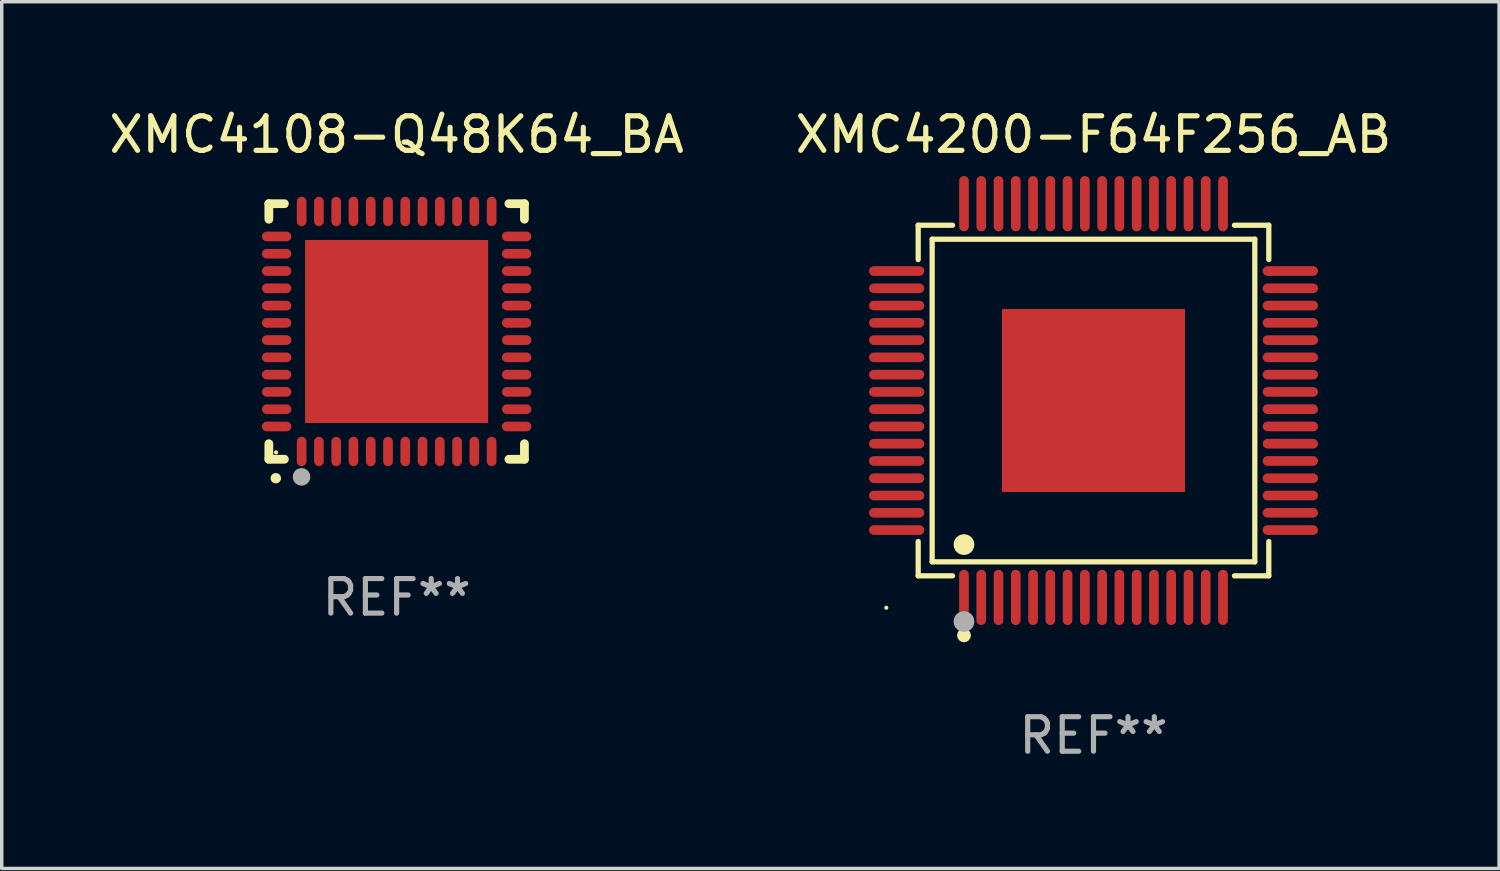
<source format=kicad_pcb>
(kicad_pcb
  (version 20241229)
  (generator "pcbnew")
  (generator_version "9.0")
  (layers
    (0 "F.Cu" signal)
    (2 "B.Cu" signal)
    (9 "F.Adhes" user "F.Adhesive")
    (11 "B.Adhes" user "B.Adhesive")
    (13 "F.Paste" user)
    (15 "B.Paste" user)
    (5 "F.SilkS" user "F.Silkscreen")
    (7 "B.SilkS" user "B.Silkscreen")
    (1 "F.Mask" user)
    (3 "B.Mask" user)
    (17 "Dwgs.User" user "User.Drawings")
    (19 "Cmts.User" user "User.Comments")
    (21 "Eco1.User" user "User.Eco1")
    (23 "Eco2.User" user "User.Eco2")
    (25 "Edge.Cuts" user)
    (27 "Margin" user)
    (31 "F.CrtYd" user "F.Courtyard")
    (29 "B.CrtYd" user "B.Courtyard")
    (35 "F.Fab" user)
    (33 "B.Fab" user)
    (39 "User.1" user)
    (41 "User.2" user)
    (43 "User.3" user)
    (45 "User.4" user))
  (footprint "XMC4108-Q48K64_BA"
    (layer "F.Cu")
    (at 8.435 6.548)
    (property "Reference" "XMC4108-Q48K64_BA" (at 0 -5.7 0) (layer "F.SilkS") (effects (font (size 1 1) (thickness 0.15))))
    (attr through_hole)
    (fp_line (start -3.7 -3.7) (end -3.25 -3.7) (stroke (width 0.254) (type solid)) (layer "F.SilkS"))
    (fp_line (start -3.7 -3.25) (end -3.7 -3.7) (stroke (width 0.254) (type solid)) (layer "F.SilkS"))
    (fp_line (start -3.7 3.7) (end -3.7 3.25) (stroke (width 0.254) (type solid)) (layer "F.SilkS"))
    (fp_line (start -3.25 3.7) (end -3.7 3.7) (stroke (width 0.254) (type solid)) (layer "F.SilkS"))
    (fp_line (start 3.25 3.7) (end 3.7 3.7) (stroke (width 0.254) (type solid)) (layer "F.SilkS"))
    (fp_line (start 3.7 -3.7) (end 3.25 -3.7) (stroke (width 0.254) (type solid)) (layer "F.SilkS"))
    (fp_line (start 3.7 -3.25) (end 3.7 -3.7) (stroke (width 0.254) (type solid)) (layer "F.SilkS"))
    (fp_line (start 3.7 3.7) (end 3.7 3.25) (stroke (width 0.254) (type solid)) (layer "F.SilkS"))
    (fp_arc (start -3.500127 4.249428) (mid -3.498857 4.249423) (end -3.497587 4.249428) (stroke (width 0.3) (type solid)) (layer "F.SilkS"))
    (fp_circle (center -3.491 3.501) (end -3.461 3.501) (stroke (width 0.06) (type solid)) (fill no) (layer "F.SilkS"))
    (fp_circle (center -2.754 4.21) (end -2.627 4.21) (stroke (width 0.254) (type solid)) (fill no) (layer "F.Fab"))
    (fp_text user "REF**" (at 0 7.7 0) (layer "F.Fab") (effects (font (size 1 1) (thickness 0.15))))
    (pad "1" smd oval (at -2.751 3.475) (size 0.28 0.85) (layers "F.Cu" "F.Mask" "F.Paste"))
    (pad "2" smd oval (at -2.251 3.475) (size 0.28 0.85) (layers "F.Cu" "F.Mask" "F.Paste"))
    (pad "3" smd oval (at -1.75 3.475) (size 0.28 0.85) (layers "F.Cu" "F.Mask" "F.Paste"))
    (pad "4" smd oval (at -1.25 3.475) (size 0.28 0.85) (layers "F.Cu" "F.Mask" "F.Paste"))
    (pad "5" smd oval (at -0.749 3.475) (size 0.28 0.85) (layers "F.Cu" "F.Mask" "F.Paste"))
    (pad "6" smd oval (at -0.249 3.475) (size 0.28 0.85) (layers "F.Cu" "F.Mask" "F.Paste"))
    (pad "7" smd oval (at 0.249 3.475) (size 0.28 0.85) (layers "F.Cu" "F.Mask" "F.Paste"))
    (pad "8" smd oval (at 0.749 3.475) (size 0.28 0.85) (layers "F.Cu" "F.Mask" "F.Paste"))
    (pad "9" smd oval (at 1.25 3.475) (size 0.28 0.85) (layers "F.Cu" "F.Mask" "F.Paste"))
    (pad "10" smd oval (at 1.75 3.475) (size 0.28 0.85) (layers "F.Cu" "F.Mask" "F.Paste"))
    (pad "11" smd oval (at 2.25 3.475) (size 0.28 0.85) (layers "F.Cu" "F.Mask" "F.Paste"))
    (pad "12" smd oval (at 2.751 3.475) (size 0.28 0.85) (layers "F.Cu" "F.Mask" "F.Paste"))
    (pad "13" smd oval (at 3.475 2.751) (size 0.85 0.28) (layers "F.Cu" "F.Mask" "F.Paste"))
    (pad "14" smd oval (at 3.475 2.251) (size 0.85 0.28) (layers "F.Cu" "F.Mask" "F.Paste"))
    (pad "15" smd oval (at 3.475 1.75) (size 0.85 0.28) (layers "F.Cu" "F.Mask" "F.Paste"))
    (pad "16" smd oval (at 3.475 1.25) (size 0.85 0.28) (layers "F.Cu" "F.Mask" "F.Paste"))
    (pad "17" smd oval (at 3.475 0.749) (size 0.85 0.28) (layers "F.Cu" "F.Mask" "F.Paste"))
    (pad "18" smd oval (at 3.475 0.249) (size 0.85 0.28) (layers "F.Cu" "F.Mask" "F.Paste"))
    (pad "19" smd oval (at 3.475 -0.249) (size 0.85 0.28) (layers "F.Cu" "F.Mask" "F.Paste"))
    (pad "20" smd oval (at 3.475 -0.749) (size 0.85 0.28) (layers "F.Cu" "F.Mask" "F.Paste"))
    (pad "21" smd oval (at 3.475 -1.25) (size 0.85 0.28) (layers "F.Cu" "F.Mask" "F.Paste"))
    (pad "22" smd oval (at 3.475 -1.75) (size 0.85 0.28) (layers "F.Cu" "F.Mask" "F.Paste"))
    (pad "23" smd oval (at 3.475 -2.25) (size 0.85 0.28) (layers "F.Cu" "F.Mask" "F.Paste"))
    (pad "24" smd oval (at 3.475 -2.751) (size 0.85 0.28) (layers "F.Cu" "F.Mask" "F.Paste"))
    (pad "25" smd oval (at 2.751 -3.475) (size 0.28 0.85) (layers "F.Cu" "F.Mask" "F.Paste"))
    (pad "26" smd oval (at 2.25 -3.475) (size 0.28 0.85) (layers "F.Cu" "F.Mask" "F.Paste"))
    (pad "27" smd oval (at 1.75 -3.475) (size 0.28 0.85) (layers "F.Cu" "F.Mask" "F.Paste"))
    (pad "28" smd oval (at 1.25 -3.475) (size 0.28 0.85) (layers "F.Cu" "F.Mask" "F.Paste"))
    (pad "29" smd oval (at 0.749 -3.475) (size 0.28 0.85) (layers "F.Cu" "F.Mask" "F.Paste"))
    (pad "30" smd oval (at 0.249 -3.475) (size 0.28 0.85) (layers "F.Cu" "F.Mask" "F.Paste"))
    (pad "31" smd oval (at -0.249 -3.475) (size 0.28 0.85) (layers "F.Cu" "F.Mask" "F.Paste"))
    (pad "32" smd oval (at -0.749 -3.475) (size 0.28 0.85) (layers "F.Cu" "F.Mask" "F.Paste"))
    (pad "33" smd oval (at -1.25 -3.475) (size 0.28 0.85) (layers "F.Cu" "F.Mask" "F.Paste"))
    (pad "34" smd oval (at -1.75 -3.475) (size 0.28 0.85) (layers "F.Cu" "F.Mask" "F.Paste"))
    (pad "35" smd oval (at -2.251 -3.475) (size 0.28 0.85) (layers "F.Cu" "F.Mask" "F.Paste"))
    (pad "36" smd oval (at -2.751 -3.475) (size 0.28 0.85) (layers "F.Cu" "F.Mask" "F.Paste"))
    (pad "37" smd oval (at -3.475 -2.751) (size 0.85 0.28) (layers "F.Cu" "F.Mask" "F.Paste"))
    (pad "38" smd oval (at -3.475 -2.25) (size 0.85 0.28) (layers "F.Cu" "F.Mask" "F.Paste"))
    (pad "39" smd oval (at -3.475 -1.75) (size 0.85 0.28) (layers "F.Cu" "F.Mask" "F.Paste"))
    (pad "40" smd oval (at -3.475 -1.25) (size 0.85 0.28) (layers "F.Cu" "F.Mask" "F.Paste"))
    (pad "41" smd oval (at -3.475 -0.749) (size 0.85 0.28) (layers "F.Cu" "F.Mask" "F.Paste"))
    (pad "42" smd oval (at -3.475 -0.249) (size 0.85 0.28) (layers "F.Cu" "F.Mask" "F.Paste"))
    (pad "43" smd oval (at -3.475 0.249) (size 0.85 0.28) (layers "F.Cu" "F.Mask" "F.Paste"))
    (pad "44" smd oval (at -3.475 0.749) (size 0.85 0.28) (layers "F.Cu" "F.Mask" "F.Paste"))
    (pad "45" smd oval (at -3.475 1.25) (size 0.85 0.28) (layers "F.Cu" "F.Mask" "F.Paste"))
    (pad "46" smd oval (at -3.475 1.75) (size 0.85 0.28) (layers "F.Cu" "F.Mask" "F.Paste"))
    (pad "47" smd oval (at -3.475 2.251) (size 0.85 0.28) (layers "F.Cu" "F.Mask" "F.Paste"))
    (pad "48" smd oval (at -3.475 2.751) (size 0.85 0.28) (layers "F.Cu" "F.Mask" "F.Paste"))
    (pad "49" smd rect (at -0.000102 0.000102) (size 5.3 5.3) (layers "F.Cu" "F.Mask" "F.Paste")))
  (footprint "XMC4200-F64F256_AB"
    (layer "F.Cu")
    (at 28.613 8.548)
    (property "Reference" "XMC4200-F64F256_AB" (at 0 -7.7 0) (layer "F.SilkS") (effects (font (size 1 1) (thickness 0.15))))
    (attr through_hole)
    (fp_line (start -5.076 -5.076) (end -4.081 -5.076) (stroke (width 0.152) (type solid)) (layer "F.SilkS"))
    (fp_line (start -5.076 -4.081) (end -5.076 -5.076) (stroke (width 0.152) (type solid)) (layer "F.SilkS"))
    (fp_line (start -5.076 4.081) (end -5.076 5.076) (stroke (width 0.152) (type solid)) (layer "F.SilkS"))
    (fp_line (start -5.076 5.076) (end -4.081 5.076) (stroke (width 0.152) (type solid)) (layer "F.SilkS"))
    (fp_line (start -4.671 -4.671) (end 4.671 -4.671) (stroke (width 0.152) (type solid)) (layer "F.SilkS"))
    (fp_line (start -4.671 4.671) (end -4.671 -4.671) (stroke (width 0.152) (type solid)) (layer "F.SilkS"))
    (fp_line (start 4.671 -4.671) (end 4.671 4.671) (stroke (width 0.152) (type solid)) (layer "F.SilkS"))
    (fp_line (start 4.671 4.671) (end -4.671 4.671) (stroke (width 0.152) (type solid)) (layer "F.SilkS"))
    (fp_line (start 5.076 -5.076) (end 4.081 -5.076) (stroke (width 0.152) (type solid)) (layer "F.SilkS"))
    (fp_line (start 5.076 -4.081) (end 5.076 -5.076) (stroke (width 0.152) (type solid)) (layer "F.SilkS"))
    (fp_line (start 5.076 4.081) (end 5.076 5.076) (stroke (width 0.152) (type solid)) (layer "F.SilkS"))
    (fp_line (start 5.076 5.076) (end 4.081 5.076) (stroke (width 0.152) (type solid)) (layer "F.SilkS"))
    (fp_circle (center -6 6) (end -5.97 6) (stroke (width 0.06) (type solid)) (fill no) (layer "F.SilkS"))
    (fp_circle (center -3.75 4.171) (end -3.6 4.171) (stroke (width 0.3) (type solid)) (fill no) (layer "F.SilkS"))
    (fp_circle (center -3.75 6.8) (end -3.65 6.8) (stroke (width 0.2) (type solid)) (fill no) (layer "F.SilkS"))
    (fp_circle (center -3.75 6.4) (end -3.6 6.4) (stroke (width 0.3) (type solid)) (fill no) (layer "F.Fab"))
    (fp_text user "REF**" (at 0 9.7 0) (layer "F.Fab") (effects (font (size 1 1) (thickness 0.15))))
    (pad "1" smd oval (at -3.75 5.7) (size 0.28 1.6) (layers "F.Cu" "F.Mask" "F.Paste"))
    (pad "2" smd oval (at -3.25 5.7) (size 0.28 1.6) (layers "F.Cu" "F.Mask" "F.Paste"))
    (pad "3" smd oval (at -2.75 5.7) (size 0.28 1.6) (layers "F.Cu" "F.Mask" "F.Paste"))
    (pad "4" smd oval (at -2.25 5.7) (size 0.28 1.6) (layers "F.Cu" "F.Mask" "F.Paste"))
    (pad "5" smd oval (at -1.75 5.7) (size 0.28 1.6) (layers "F.Cu" "F.Mask" "F.Paste"))
    (pad "6" smd oval (at -1.25 5.7) (size 0.28 1.6) (layers "F.Cu" "F.Mask" "F.Paste"))
    (pad "7" smd oval (at -0.75 5.7) (size 0.28 1.6) (layers "F.Cu" "F.Mask" "F.Paste"))
    (pad "8" smd oval (at -0.25 5.7) (size 0.28 1.6) (layers "F.Cu" "F.Mask" "F.Paste"))
    (pad "9" smd oval (at 0.25 5.7) (size 0.28 1.6) (layers "F.Cu" "F.Mask" "F.Paste"))
    (pad "10" smd oval (at 0.75 5.7) (size 0.28 1.6) (layers "F.Cu" "F.Mask" "F.Paste"))
    (pad "11" smd oval (at 1.25 5.7) (size 0.28 1.6) (layers "F.Cu" "F.Mask" "F.Paste"))
    (pad "12" smd oval (at 1.75 5.7) (size 0.28 1.6) (layers "F.Cu" "F.Mask" "F.Paste"))
    (pad "13" smd oval (at 2.25 5.7) (size 0.28 1.6) (layers "F.Cu" "F.Mask" "F.Paste"))
    (pad "14" smd oval (at 2.75 5.7) (size 0.28 1.6) (layers "F.Cu" "F.Mask" "F.Paste"))
    (pad "15" smd oval (at 3.25 5.7) (size 0.28 1.6) (layers "F.Cu" "F.Mask" "F.Paste"))
    (pad "16" smd oval (at 3.75 5.7) (size 0.28 1.6) (layers "F.Cu" "F.Mask" "F.Paste"))
    (pad "17" smd oval (at 5.7 3.75) (size 1.6 0.28) (layers "F.Cu" "F.Mask" "F.Paste"))
    (pad "18" smd oval (at 5.7 3.25) (size 1.6 0.28) (layers "F.Cu" "F.Mask" "F.Paste"))
    (pad "19" smd oval (at 5.7 2.75) (size 1.6 0.28) (layers "F.Cu" "F.Mask" "F.Paste"))
    (pad "20" smd oval (at 5.7 2.25) (size 1.6 0.28) (layers "F.Cu" "F.Mask" "F.Paste"))
    (pad "21" smd oval (at 5.7 1.75) (size 1.6 0.28) (layers "F.Cu" "F.Mask" "F.Paste"))
    (pad "22" smd oval (at 5.7 1.25) (size 1.6 0.28) (layers "F.Cu" "F.Mask" "F.Paste"))
    (pad "23" smd oval (at 5.7 0.75) (size 1.6 0.28) (layers "F.Cu" "F.Mask" "F.Paste"))
    (pad "24" smd oval (at 5.7 0.25) (size 1.6 0.28) (layers "F.Cu" "F.Mask" "F.Paste"))
    (pad "25" smd oval (at 5.7 -0.25) (size 1.6 0.28) (layers "F.Cu" "F.Mask" "F.Paste"))
    (pad "26" smd oval (at 5.7 -0.75) (size 1.6 0.28) (layers "F.Cu" "F.Mask" "F.Paste"))
    (pad "27" smd oval (at 5.7 -1.25) (size 1.6 0.28) (layers "F.Cu" "F.Mask" "F.Paste"))
    (pad "28" smd oval (at 5.7 -1.75) (size 1.6 0.28) (layers "F.Cu" "F.Mask" "F.Paste"))
    (pad "29" smd oval (at 5.7 -2.25) (size 1.6 0.28) (layers "F.Cu" "F.Mask" "F.Paste"))
    (pad "30" smd oval (at 5.7 -2.75) (size 1.6 0.28) (layers "F.Cu" "F.Mask" "F.Paste"))
    (pad "31" smd oval (at 5.7 -3.25) (size 1.6 0.28) (layers "F.Cu" "F.Mask" "F.Paste"))
    (pad "32" smd oval (at 5.7 -3.75) (size 1.6 0.28) (layers "F.Cu" "F.Mask" "F.Paste"))
    (pad "33" smd oval (at 3.75 -5.7) (size 0.28 1.6) (layers "F.Cu" "F.Mask" "F.Paste"))
    (pad "34" smd oval (at 3.25 -5.7) (size 0.28 1.6) (layers "F.Cu" "F.Mask" "F.Paste"))
    (pad "35" smd oval (at 2.75 -5.7) (size 0.28 1.6) (layers "F.Cu" "F.Mask" "F.Paste"))
    (pad "36" smd oval (at 2.25 -5.7) (size 0.28 1.6) (layers "F.Cu" "F.Mask" "F.Paste"))
    (pad "37" smd oval (at 1.75 -5.7) (size 0.28 1.6) (layers "F.Cu" "F.Mask" "F.Paste"))
    (pad "38" smd oval (at 1.25 -5.7) (size 0.28 1.6) (layers "F.Cu" "F.Mask" "F.Paste"))
    (pad "39" smd oval (at 0.75 -5.7) (size 0.28 1.6) (layers "F.Cu" "F.Mask" "F.Paste"))
    (pad "40" smd oval (at 0.25 -5.7) (size 0.28 1.6) (layers "F.Cu" "F.Mask" "F.Paste"))
    (pad "41" smd oval (at -0.25 -5.7) (size 0.28 1.6) (layers "F.Cu" "F.Mask" "F.Paste"))
    (pad "42" smd oval (at -0.75 -5.7) (size 0.28 1.6) (layers "F.Cu" "F.Mask" "F.Paste"))
    (pad "43" smd oval (at -1.25 -5.7) (size 0.28 1.6) (layers "F.Cu" "F.Mask" "F.Paste"))
    (pad "44" smd oval (at -1.75 -5.7) (size 0.28 1.6) (layers "F.Cu" "F.Mask" "F.Paste"))
    (pad "45" smd oval (at -2.25 -5.7) (size 0.28 1.6) (layers "F.Cu" "F.Mask" "F.Paste"))
    (pad "46" smd oval (at -2.75 -5.7) (size 0.28 1.6) (layers "F.Cu" "F.Mask" "F.Paste"))
    (pad "47" smd oval (at -3.25 -5.7) (size 0.28 1.6) (layers "F.Cu" "F.Mask" "F.Paste"))
    (pad "48" smd oval (at -3.75 -5.7) (size 0.28 1.6) (layers "F.Cu" "F.Mask" "F.Paste"))
    (pad "49" smd oval (at -5.7 -3.75) (size 1.6 0.28) (layers "F.Cu" "F.Mask" "F.Paste"))
    (pad "50" smd oval (at -5.7 -3.25) (size 1.6 0.28) (layers "F.Cu" "F.Mask" "F.Paste"))
    (pad "51" smd oval (at -5.7 -2.75) (size 1.6 0.28) (layers "F.Cu" "F.Mask" "F.Paste"))
    (pad "52" smd oval (at -5.7 -2.25) (size 1.6 0.28) (layers "F.Cu" "F.Mask" "F.Paste"))
    (pad "53" smd oval (at -5.7 -1.75) (size 1.6 0.28) (layers "F.Cu" "F.Mask" "F.Paste"))
    (pad "54" smd oval (at -5.7 -1.25) (size 1.6 0.28) (layers "F.Cu" "F.Mask" "F.Paste"))
    (pad "55" smd oval (at -5.7 -0.75) (size 1.6 0.28) (layers "F.Cu" "F.Mask" "F.Paste"))
    (pad "56" smd oval (at -5.7 -0.25) (size 1.6 0.28) (layers "F.Cu" "F.Mask" "F.Paste"))
    (pad "57" smd oval (at -5.7 0.25) (size 1.6 0.28) (layers "F.Cu" "F.Mask" "F.Paste"))
    (pad "58" smd oval (at -5.7 0.75) (size 1.6 0.28) (layers "F.Cu" "F.Mask" "F.Paste"))
    (pad "59" smd oval (at -5.7 1.25) (size 1.6 0.28) (layers "F.Cu" "F.Mask" "F.Paste"))
    (pad "60" smd oval (at -5.7 1.75) (size 1.6 0.28) (layers "F.Cu" "F.Mask" "F.Paste"))
    (pad "61" smd oval (at -5.7 2.25) (size 1.6 0.28) (layers "F.Cu" "F.Mask" "F.Paste"))
    (pad "62" smd oval (at -5.7 2.75) (size 1.6 0.28) (layers "F.Cu" "F.Mask" "F.Paste"))
    (pad "63" smd oval (at -5.7 3.25) (size 1.6 0.28) (layers "F.Cu" "F.Mask" "F.Paste"))
    (pad "64" smd oval (at -5.7 3.75) (size 1.6 0.28) (layers "F.Cu" "F.Mask" "F.Paste"))
    (pad "65" smd rect (at 0 0) (size 5.3 5.3) (layers "F.Cu" "F.Mask" "F.Paste")))
  (gr_rect
    (start -3 -3)
    (end 40.357 22.097)
    (stroke (width 0.1) (type default))
    (fill no)
    (layer "Edge.Cuts")))
</source>
